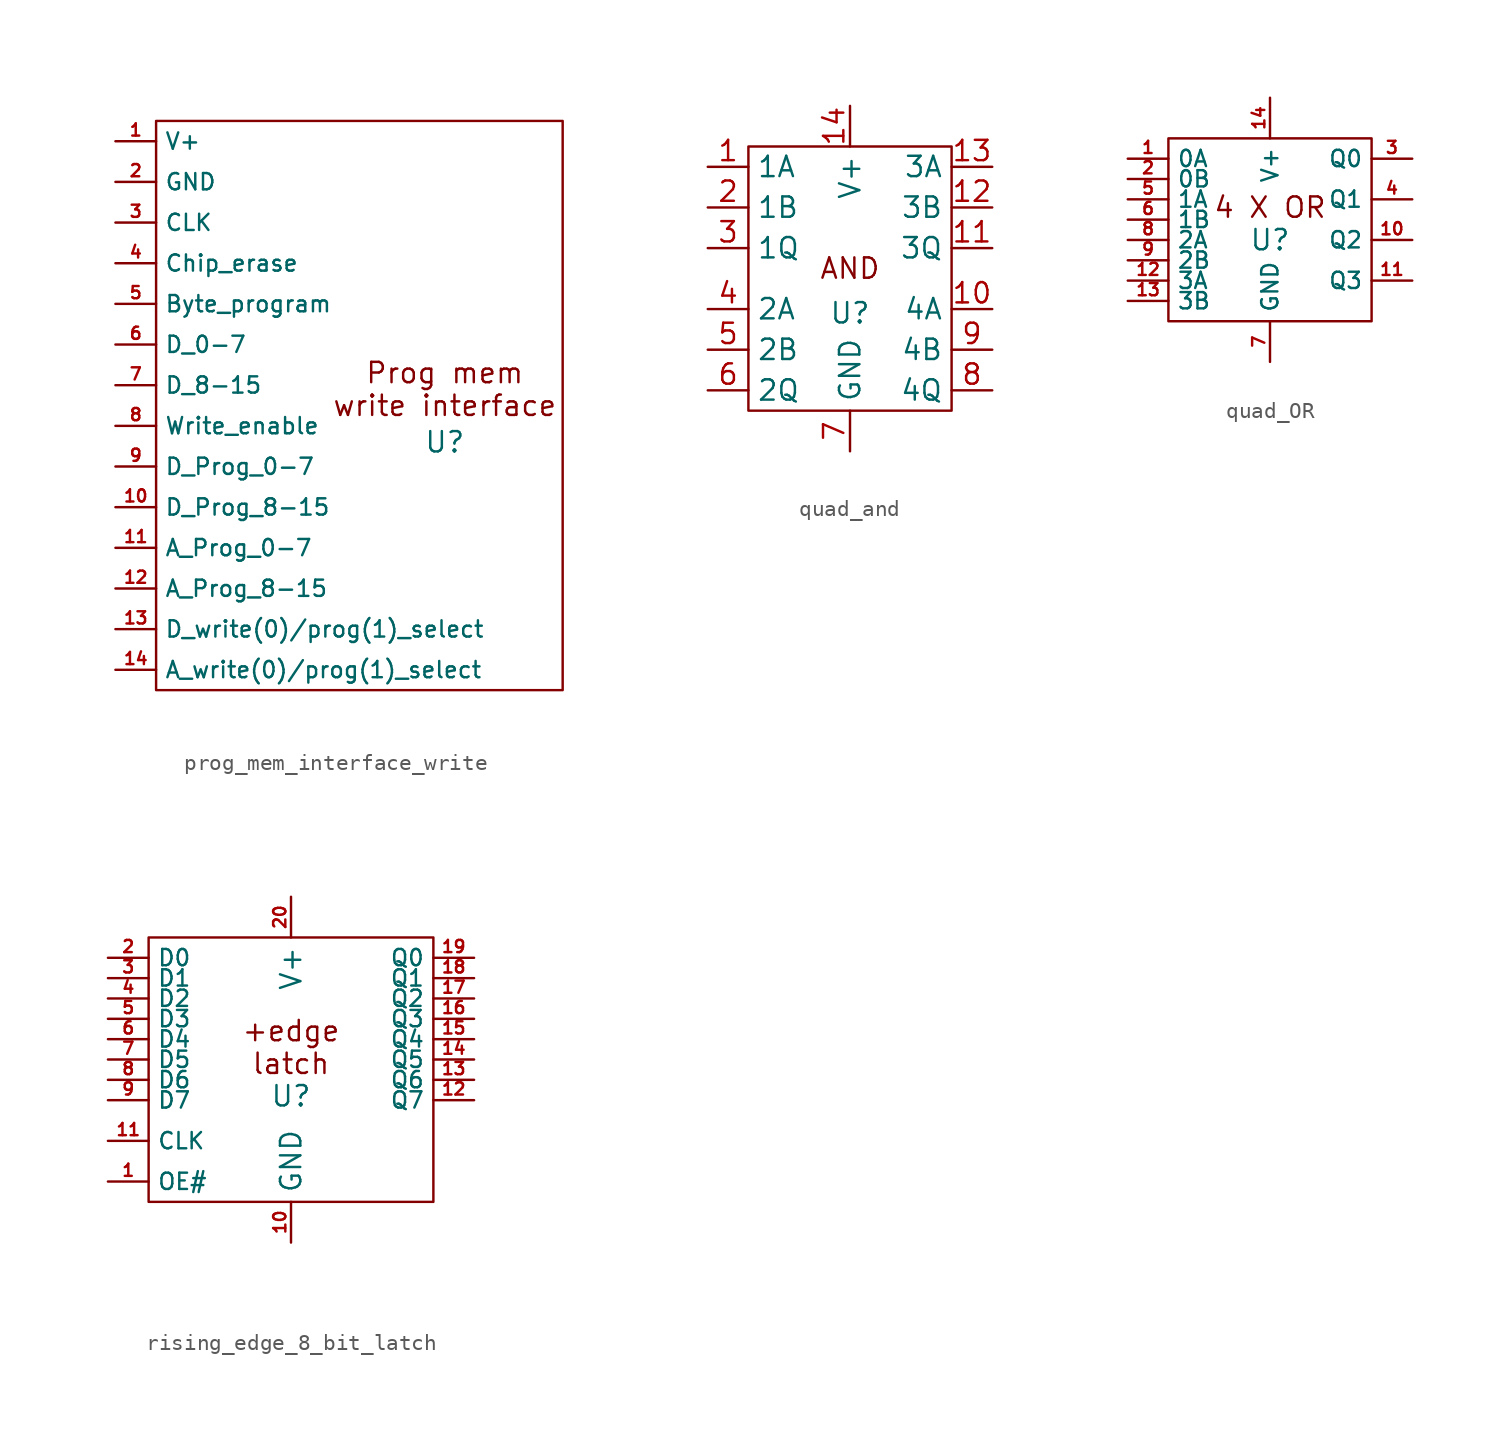
<source format=kicad_sym>
(kicad_symbol_lib
  (version 20231120)
  (generator "kicad_symbol_editor")
  (generator_version "8.0")
  (symbol "prog_mem_interface_write"
    (property "Reference" "U"
      (at 5.334 -9.906 0)
      (effects (font (size 1.27 1.27))))
    (property "Value" ""
      (at -11.43 -3.81 0)
      (effects (font (size 1.27 1.27))))
    (symbol "prog_mem_interface_write_0_1"
      (rectangle (start -12.7 10.16) (end 12.7 -25.4) (stroke (width 0) (type default)) (fill (type none))))
    (symbol "prog_mem_interface_write_1_1"
      (text "Prog mem\nwrite interface" (at 5.334 -6.604 0) (effects (font (size 1.27 1.27))))
      (pin power_in line (at -15.24 8.89 0) (length 2.54) (name "V+" (effects (font (size 1.016 1.016)))) (number "1" (effects (font (size 0.762 0.762)))))
      (pin input line (at -15.24 -13.97 0) (length 2.54) (name "D_Prog_8-15" (effects (font (size 1.016 1.016)))) (number "10" (effects (font (size 0.762 0.762)))))
      (pin input line (at -15.24 -16.51 0) (length 2.54) (name "A_Prog_0-7" (effects (font (size 1.016 1.016)))) (number "11" (effects (font (size 0.762 0.762)))))
      (pin input line (at -15.24 -19.05 0) (length 2.54) (name "A_Prog_8-15" (effects (font (size 1.016 1.016)))) (number "12" (effects (font (size 0.762 0.762)))))
      (pin input line (at -15.24 -21.59 0) (length 2.54) (name "D_write(0)/prog(1)_select" (effects (font (size 1.016 1.016)))) (number "13" (effects (font (size 0.762 0.762)))))
      (pin input line (at -15.24 -24.13 0) (length 2.54) (name "A_write(0)/prog(1)_select" (effects (font (size 1.016 1.016)))) (number "14" (effects (font (size 0.762 0.762)))))
      (pin power_in line (at -15.24 6.35 0) (length 2.54) (name "GND" (effects (font (size 1.016 1.016)))) (number "2" (effects (font (size 0.762 0.762)))))
      (pin input line (at -15.24 3.81 0) (length 2.54) (name "CLK" (effects (font (size 1.016 1.016)))) (number "3" (effects (font (size 0.762 0.762)))))
      (pin input line (at -15.24 1.27 0) (length 2.54) (name "Chip_erase" (effects (font (size 1.016 1.016)))) (number "4" (effects (font (size 0.762 0.762)))))
      (pin input line (at -15.24 -1.27 0) (length 2.54) (name "Byte_program" (effects (font (size 1.016 1.016)))) (number "5" (effects (font (size 0.762 0.762)))))
      (pin input line (at -15.24 -3.81 0) (length 2.54) (name "D_0-7" (effects (font (size 1.016 1.016)))) (number "6" (effects (font (size 0.762 0.762)))))
      (pin input line (at -15.24 -6.35 0) (length 2.54) (name "D_8-15" (effects (font (size 1.016 1.016)))) (number "7" (effects (font (size 0.762 0.762)))))
      (pin input line (at -15.24 -8.89 0) (length 2.54) (name "Write_enable" (effects (font (size 1.016 1.016)))) (number "8" (effects (font (size 0.762 0.762)))))
      (pin input line (at -15.24 -11.43 0) (length 2.54) (name "D_Prog_0-7" (effects (font (size 1.016 1.016)))) (number "9" (effects (font (size 0.762 0.762)))))))
  (symbol "quad_and"
    (property "Reference" "U"
      (at 0 -1.524 0)
      (effects (font (size 1.27 1.27))))
    (property "Value" ""
      (at 1.27 -1.27 0)
      (effects (font (size 1.27 1.27))))
    (symbol "quad_and_0_1"
      (rectangle (start -6.35 8.89) (end 6.35 -7.62) (stroke (width 0) (type default)) (fill (type none))))
    (symbol "quad_and_1_1"
      (text "AND" (at 0 1.27 0) (effects (font (size 1.27 1.27))))
      (pin input line (at -8.89 7.62 0) (length 2.54) (name "1A" (effects (font (size 1.27 1.27)))) (number "1" (effects (font (size 1.27 1.27)))))
      (pin input line (at 8.89 -1.27 180) (length 2.54) (name "4A" (effects (font (size 1.27 1.27)))) (number "10" (effects (font (size 1.27 1.27)))))
      (pin output line (at 8.89 2.54 180) (length 2.54) (name "3Q" (effects (font (size 1.27 1.27)))) (number "11" (effects (font (size 1.27 1.27)))))
      (pin input line (at 8.89 5.08 180) (length 2.54) (name "3B" (effects (font (size 1.27 1.27)))) (number "12" (effects (font (size 1.27 1.27)))))
      (pin input line (at 8.89 7.62 180) (length 2.54) (name "3A" (effects (font (size 1.27 1.27)))) (number "13" (effects (font (size 1.27 1.27)))))
      (pin power_in line (at 0 11.43 270) (length 2.54) (name "V+" (effects (font (size 1.27 1.27)))) (number "14" (effects (font (size 1.27 1.27)))))
      (pin input line (at -8.89 5.08 0) (length 2.54) (name "1B" (effects (font (size 1.27 1.27)))) (number "2" (effects (font (size 1.27 1.27)))))
      (pin output line (at -8.89 2.54 0) (length 2.54) (name "1Q" (effects (font (size 1.27 1.27)))) (number "3" (effects (font (size 1.27 1.27)))))
      (pin input line (at -8.89 -1.27 0) (length 2.54) (name "2A" (effects (font (size 1.27 1.27)))) (number "4" (effects (font (size 1.27 1.27)))))
      (pin input line (at -8.89 -3.81 0) (length 2.54) (name "2B" (effects (font (size 1.27 1.27)))) (number "5" (effects (font (size 1.27 1.27)))))
      (pin output line (at -8.89 -6.35 0) (length 2.54) (name "2Q" (effects (font (size 1.27 1.27)))) (number "6" (effects (font (size 1.27 1.27)))))
      (pin power_in line (at 0 -10.16 90) (length 2.54) (name "GND" (effects (font (size 1.27 1.27)))) (number "7" (effects (font (size 1.27 1.27)))))
      (pin output line (at 8.89 -6.35 180) (length 2.54) (name "4Q" (effects (font (size 1.27 1.27)))) (number "8" (effects (font (size 1.27 1.27)))))
      (pin input line (at 8.89 -3.81 180) (length 2.54) (name "4B" (effects (font (size 1.27 1.27)))) (number "9" (effects (font (size 1.27 1.27)))))))
  (symbol "quad_OR"
    (property "Reference" "U"
      (at 0 0 0)
      (effects (font (size 1.27 1.27))))
    (property "Value" ""
      (at 0 -5.08 0)
      (effects (font (size 1.27 1.27))))
    (symbol "quad_OR_0_1"
      (rectangle (start -6.35 6.35) (end 6.35 -5.08) (stroke (width 0) (type default)) (fill (type none))))
    (symbol "quad_OR_1_1"
      (text "4 X OR" (at 0 2.032 0) (effects (font (size 1.27 1.27))))
      (pin input line (at -8.89 5.08 0) (length 2.54) (name "0A" (effects (font (size 1.016 1.016)))) (number "1" (effects (font (size 0.762 0.762)))))
      (pin output line (at 8.89 0 180) (length 2.54) (name "Q2" (effects (font (size 1.016 1.016)))) (number "10" (effects (font (size 0.762 0.762)))))
      (pin output line (at 8.89 -2.54 180) (length 2.54) (name "Q3" (effects (font (size 1.016 1.016)))) (number "11" (effects (font (size 0.762 0.762)))))
      (pin input line (at -8.89 -2.54 0) (length 2.54) (name "3A" (effects (font (size 1.016 1.016)))) (number "12" (effects (font (size 0.762 0.762)))))
      (pin input line (at -8.89 -3.81 0) (length 2.54) (name "3B" (effects (font (size 1.016 1.016)))) (number "13" (effects (font (size 0.762 0.762)))))
      (pin power_in line (at 0 8.89 270) (length 2.54) (name "V+" (effects (font (size 1.016 1.016)))) (number "14" (effects (font (size 0.762 0.762)))))
      (pin input line (at -8.89 3.81 0) (length 2.54) (name "0B" (effects (font (size 1.016 1.016)))) (number "2" (effects (font (size 0.762 0.762)))))
      (pin output line (at 8.89 5.08 180) (length 2.54) (name "Q0" (effects (font (size 1.016 1.016)))) (number "3" (effects (font (size 0.762 0.762)))))
      (pin output line (at 8.89 2.54 180) (length 2.54) (name "Q1" (effects (font (size 1.016 1.016)))) (number "4" (effects (font (size 0.762 0.762)))))
      (pin input line (at -8.89 2.54 0) (length 2.54) (name "1A" (effects (font (size 1.016 1.016)))) (number "5" (effects (font (size 0.762 0.762)))))
      (pin input line (at -8.89 1.27 0) (length 2.54) (name "1B" (effects (font (size 1.016 1.016)))) (number "6" (effects (font (size 0.762 0.762)))))
      (pin power_in line (at 0 -7.62 90) (length 2.54) (name "GND" (effects (font (size 1.016 1.016)))) (number "7" (effects (font (size 0.762 0.762)))))
      (pin input line (at -8.89 0 0) (length 2.54) (name "2A" (effects (font (size 1.016 1.016)))) (number "8" (effects (font (size 0.762 0.762)))))
      (pin input line (at -8.89 -1.27 0) (length 2.54) (name "2B" (effects (font (size 1.016 1.016)))) (number "9" (effects (font (size 0.762 0.762)))))))
  (symbol "rising_edge_8_bit_latch"
    (property "Reference" "U"
      (at 0 -1.016 0)
      (effects (font (size 1.27 1.27))))
    (property "Value" ""
      (at -2.54 -12.7 0)
      (effects (font (size 1.27 1.27))))
    (symbol "rising_edge_8_bit_latch_0_1"
      (rectangle (start -8.89 8.89) (end 8.89 -7.62) (stroke (width 0) (type default)) (fill (type none))))
    (symbol "rising_edge_8_bit_latch_1_1"
      (text "+edge\nlatch" (at 0 2.032 0) (effects (font (size 1.27 1.27))))
      (pin input line (at -11.43 -6.35 0) (length 2.54) (name "OE#" (effects (font (size 1.016 1.016)))) (number "1" (effects (font (size 0.762 0.762)))))
      (pin power_in line (at 0 -10.16 90) (length 2.54) (name "GND" (effects (font (size 1.27 1.27)))) (number "10" (effects (font (size 0.762 0.762)))))
      (pin input line (at -11.43 -3.81 0) (length 2.54) (name "CLK" (effects (font (size 1.016 1.016)))) (number "11" (effects (font (size 0.762 0.762)))))
      (pin output line (at 11.43 -1.27 180) (length 2.54) (name "Q7" (effects (font (size 1.016 1.016)))) (number "12" (effects (font (size 0.762 0.762)))))
      (pin output line (at 11.43 0 180) (length 2.54) (name "Q6" (effects (font (size 1.016 1.016)))) (number "13" (effects (font (size 0.762 0.762)))))
      (pin output line (at 11.43 1.27 180) (length 2.54) (name "Q5" (effects (font (size 1.016 1.016)))) (number "14" (effects (font (size 0.762 0.762)))))
      (pin output line (at 11.43 2.54 180) (length 2.54) (name "Q4" (effects (font (size 1.016 1.016)))) (number "15" (effects (font (size 0.762 0.762)))))
      (pin output line (at 11.43 3.81 180) (length 2.54) (name "Q3" (effects (font (size 1.016 1.016)))) (number "16" (effects (font (size 0.762 0.762)))))
      (pin output line (at 11.43 5.08 180) (length 2.54) (name "Q2" (effects (font (size 1.016 1.016)))) (number "17" (effects (font (size 0.762 0.762)))))
      (pin output line (at 11.43 6.35 180) (length 2.54) (name "Q1" (effects (font (size 1.016 1.016)))) (number "18" (effects (font (size 0.762 0.762)))))
      (pin output line (at 11.43 7.62 180) (length 2.54) (name "Q0" (effects (font (size 1.016 1.016)))) (number "19" (effects (font (size 0.762 0.762)))))
      (pin input line (at -11.43 7.62 0) (length 2.54) (name "D0" (effects (font (size 1.016 1.016)))) (number "2" (effects (font (size 0.762 0.762)))))
      (pin power_in line (at 0 11.43 270) (length 2.54) (name "V+" (effects (font (size 1.27 1.27)))) (number "20" (effects (font (size 0.762 0.762)))))
      (pin input line (at -11.43 6.35 0) (length 2.54) (name "D1" (effects (font (size 1.016 1.016)))) (number "3" (effects (font (size 0.762 0.762)))))
      (pin input line (at -11.43 5.08 0) (length 2.54) (name "D2" (effects (font (size 1.016 1.016)))) (number "4" (effects (font (size 0.762 0.762)))))
      (pin input line (at -11.43 3.81 0) (length 2.54) (name "D3" (effects (font (size 1.016 1.016)))) (number "5" (effects (font (size 0.762 0.762)))))
      (pin input line (at -11.43 2.54 0) (length 2.54) (name "D4" (effects (font (size 1.016 1.016)))) (number "6" (effects (font (size 0.762 0.762)))))
      (pin input line (at -11.43 1.27 0) (length 2.54) (name "D5" (effects (font (size 1.016 1.016)))) (number "7" (effects (font (size 0.762 0.762)))))
      (pin input line (at -11.43 0 0) (length 2.54) (name "D6" (effects (font (size 1.016 1.016)))) (number "8" (effects (font (size 0.762 0.762)))))
      (pin input line (at -11.43 -1.27 0) (length 2.54) (name "D7" (effects (font (size 1.016 1.016)))) (number "9" (effects (font (size 0.762 0.762))))))))
</source>
